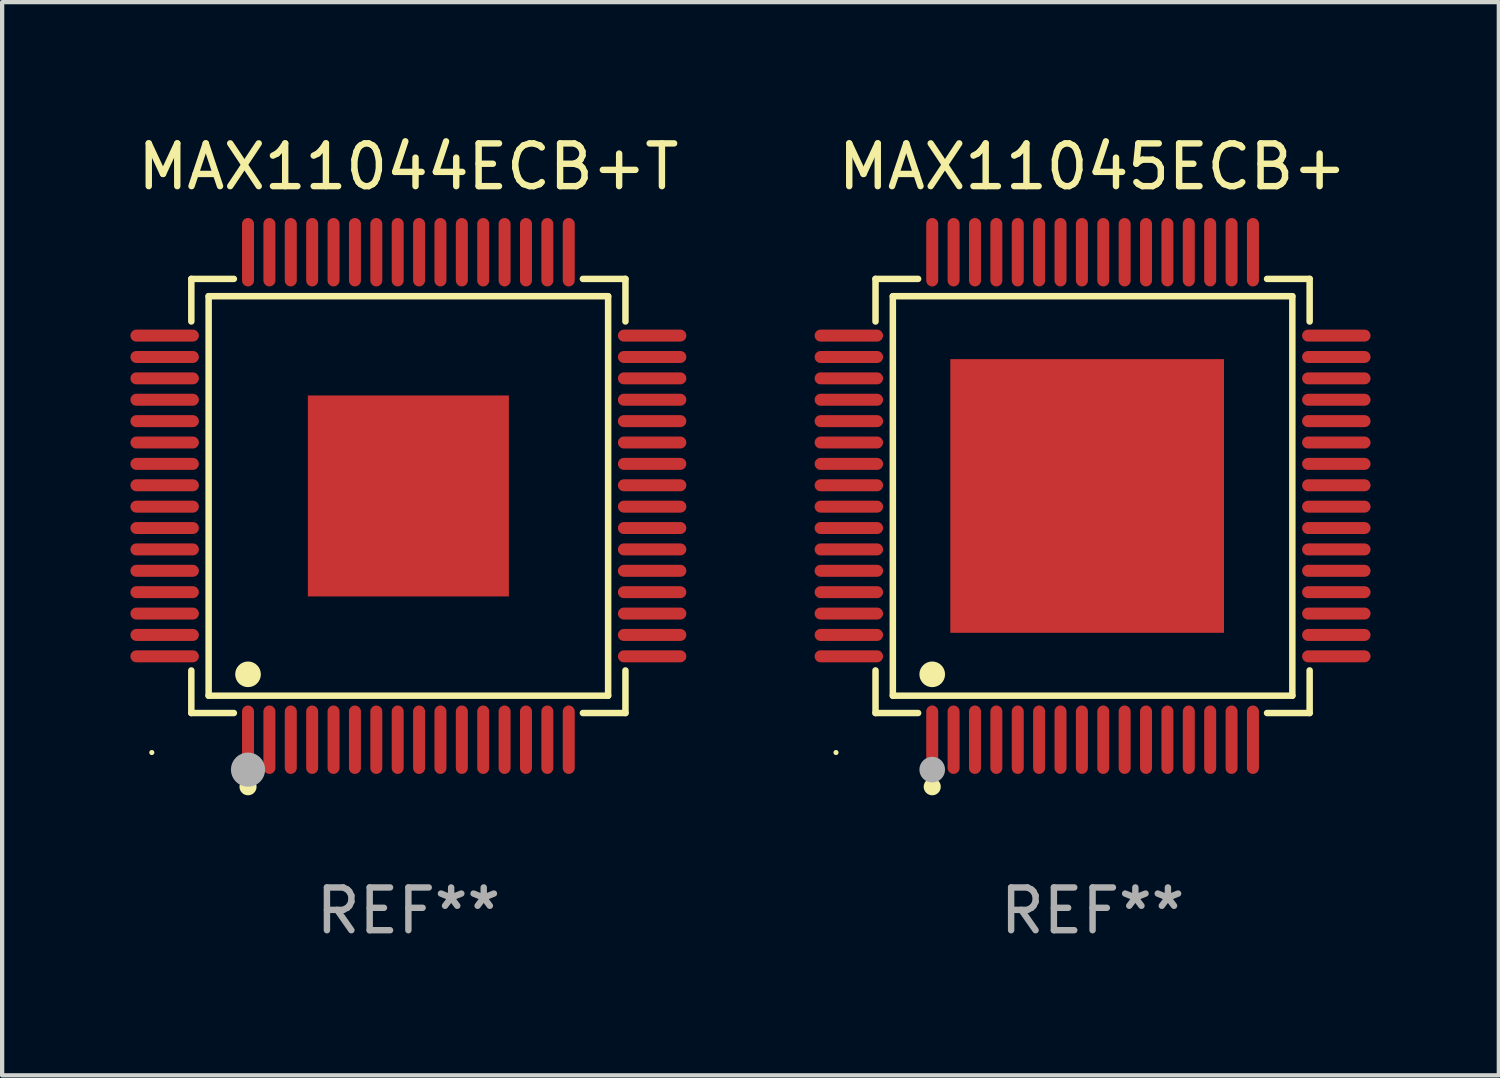
<source format=kicad_pcb>
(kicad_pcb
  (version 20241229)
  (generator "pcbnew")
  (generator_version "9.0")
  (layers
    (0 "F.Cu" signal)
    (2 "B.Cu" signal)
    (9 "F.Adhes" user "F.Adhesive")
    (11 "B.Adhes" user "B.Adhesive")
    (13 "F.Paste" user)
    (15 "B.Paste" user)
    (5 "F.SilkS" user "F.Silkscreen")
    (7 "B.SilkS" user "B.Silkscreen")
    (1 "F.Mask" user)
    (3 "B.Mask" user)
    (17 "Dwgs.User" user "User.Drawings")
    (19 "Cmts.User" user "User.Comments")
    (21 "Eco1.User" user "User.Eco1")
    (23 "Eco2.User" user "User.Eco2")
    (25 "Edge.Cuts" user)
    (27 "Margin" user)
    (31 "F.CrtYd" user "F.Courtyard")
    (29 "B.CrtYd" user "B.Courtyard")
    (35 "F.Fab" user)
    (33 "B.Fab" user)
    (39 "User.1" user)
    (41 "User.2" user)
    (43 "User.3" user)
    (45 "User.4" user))
  (footprint "MAX11045ECB+"
    (layer "F.Cu")
    (at 22.5 8.548)
    (property "Reference" "MAX11045ECB+" (at 0 -7.7 0) (layer "F.SilkS") (effects (font (size 1 1) (thickness 0.15))))
    (attr through_hole)
    (fp_line (start -5.076 -5.076) (end -4.08 -5.076) (stroke (width 0.152) (type solid)) (layer "F.SilkS"))
    (fp_line (start -5.076 -4.08) (end -5.076 -5.076) (stroke (width 0.152) (type solid)) (layer "F.SilkS"))
    (fp_line (start -5.076 4.08) (end -5.076 5.076) (stroke (width 0.152) (type solid)) (layer "F.SilkS"))
    (fp_line (start -5.076 5.076) (end -4.08 5.076) (stroke (width 0.152) (type solid)) (layer "F.SilkS"))
    (fp_line (start -4.671 -4.671) (end 4.671 -4.671) (stroke (width 0.152) (type solid)) (layer "F.SilkS"))
    (fp_line (start -4.671 4.671) (end -4.671 -4.671) (stroke (width 0.152) (type solid)) (layer "F.SilkS"))
    (fp_line (start 4.671 -4.671) (end 4.671 4.671) (stroke (width 0.152) (type solid)) (layer "F.SilkS"))
    (fp_line (start 4.671 4.671) (end -4.671 4.671) (stroke (width 0.152) (type solid)) (layer "F.SilkS"))
    (fp_line (start 5.076 -5.076) (end 4.08 -5.076) (stroke (width 0.152) (type solid)) (layer "F.SilkS"))
    (fp_line (start 5.076 -4.08) (end 5.076 -5.076) (stroke (width 0.152) (type solid)) (layer "F.SilkS"))
    (fp_line (start 5.076 4.08) (end 5.076 5.076) (stroke (width 0.152) (type solid)) (layer "F.SilkS"))
    (fp_line (start 5.076 5.076) (end 4.08 5.076) (stroke (width 0.152) (type solid)) (layer "F.SilkS"))
    (fp_circle (center -6 6) (end -5.97 6) (stroke (width 0.06) (type solid)) (fill no) (layer "F.SilkS"))
    (fp_circle (center -3.75 4.171) (end -3.6 4.171) (stroke (width 0.3) (type solid)) (fill no) (layer "F.SilkS"))
    (fp_circle (center -3.75 6.8) (end -3.65 6.8) (stroke (width 0.2) (type solid)) (fill no) (layer "F.SilkS"))
    (fp_circle (center -3.75 6.4) (end -3.6 6.4) (stroke (width 0.3) (type solid)) (fill no) (layer "F.Fab"))
    (fp_text user "REF**" (at 0 9.7 0) (layer "F.Fab") (effects (font (size 1 1) (thickness 0.15))))
    (pad "1" smd oval (at -3.75 5.7) (size 0.28 1.6) (layers "F.Cu" "F.Mask" "F.Paste"))
    (pad "2" smd oval (at -3.25 5.7) (size 0.28 1.6) (layers "F.Cu" "F.Mask" "F.Paste"))
    (pad "3" smd oval (at -2.75 5.7) (size 0.28 1.6) (layers "F.Cu" "F.Mask" "F.Paste"))
    (pad "4" smd oval (at -2.25 5.7) (size 0.28 1.6) (layers "F.Cu" "F.Mask" "F.Paste"))
    (pad "5" smd oval (at -1.75 5.7) (size 0.28 1.6) (layers "F.Cu" "F.Mask" "F.Paste"))
    (pad "6" smd oval (at -1.25 5.7) (size 0.28 1.6) (layers "F.Cu" "F.Mask" "F.Paste"))
    (pad "7" smd oval (at -0.75 5.7) (size 0.28 1.6) (layers "F.Cu" "F.Mask" "F.Paste"))
    (pad "8" smd oval (at -0.25 5.7) (size 0.28 1.6) (layers "F.Cu" "F.Mask" "F.Paste"))
    (pad "9" smd oval (at 0.25 5.7) (size 0.28 1.6) (layers "F.Cu" "F.Mask" "F.Paste"))
    (pad "10" smd oval (at 0.75 5.7) (size 0.28 1.6) (layers "F.Cu" "F.Mask" "F.Paste"))
    (pad "11" smd oval (at 1.25 5.7) (size 0.28 1.6) (layers "F.Cu" "F.Mask" "F.Paste"))
    (pad "12" smd oval (at 1.75 5.7) (size 0.28 1.6) (layers "F.Cu" "F.Mask" "F.Paste"))
    (pad "13" smd oval (at 2.25 5.7) (size 0.28 1.6) (layers "F.Cu" "F.Mask" "F.Paste"))
    (pad "14" smd oval (at 2.75 5.7) (size 0.28 1.6) (layers "F.Cu" "F.Mask" "F.Paste"))
    (pad "15" smd oval (at 3.25 5.7) (size 0.28 1.6) (layers "F.Cu" "F.Mask" "F.Paste"))
    (pad "16" smd oval (at 3.75 5.7) (size 0.28 1.6) (layers "F.Cu" "F.Mask" "F.Paste"))
    (pad "17" smd oval (at 5.7 3.75) (size 1.6 0.28) (layers "F.Cu" "F.Mask" "F.Paste"))
    (pad "18" smd oval (at 5.7 3.25) (size 1.6 0.28) (layers "F.Cu" "F.Mask" "F.Paste"))
    (pad "19" smd oval (at 5.7 2.75) (size 1.6 0.28) (layers "F.Cu" "F.Mask" "F.Paste"))
    (pad "20" smd oval (at 5.7 2.25) (size 1.6 0.28) (layers "F.Cu" "F.Mask" "F.Paste"))
    (pad "21" smd oval (at 5.7 1.75) (size 1.6 0.28) (layers "F.Cu" "F.Mask" "F.Paste"))
    (pad "22" smd oval (at 5.7 1.25) (size 1.6 0.28) (layers "F.Cu" "F.Mask" "F.Paste"))
    (pad "23" smd oval (at 5.7 0.75) (size 1.6 0.28) (layers "F.Cu" "F.Mask" "F.Paste"))
    (pad "24" smd oval (at 5.7 0.25) (size 1.6 0.28) (layers "F.Cu" "F.Mask" "F.Paste"))
    (pad "25" smd oval (at 5.7 -0.25) (size 1.6 0.28) (layers "F.Cu" "F.Mask" "F.Paste"))
    (pad "26" smd oval (at 5.7 -0.75) (size 1.6 0.28) (layers "F.Cu" "F.Mask" "F.Paste"))
    (pad "27" smd oval (at 5.7 -1.25) (size 1.6 0.28) (layers "F.Cu" "F.Mask" "F.Paste"))
    (pad "28" smd oval (at 5.7 -1.75) (size 1.6 0.28) (layers "F.Cu" "F.Mask" "F.Paste"))
    (pad "29" smd oval (at 5.7 -2.25) (size 1.6 0.28) (layers "F.Cu" "F.Mask" "F.Paste"))
    (pad "30" smd oval (at 5.7 -2.75) (size 1.6 0.28) (layers "F.Cu" "F.Mask" "F.Paste"))
    (pad "31" smd oval (at 5.7 -3.25) (size 1.6 0.28) (layers "F.Cu" "F.Mask" "F.Paste"))
    (pad "32" smd oval (at 5.7 -3.75) (size 1.6 0.28) (layers "F.Cu" "F.Mask" "F.Paste"))
    (pad "33" smd oval (at 3.75 -5.7) (size 0.28 1.6) (layers "F.Cu" "F.Mask" "F.Paste"))
    (pad "34" smd oval (at 3.25 -5.7) (size 0.28 1.6) (layers "F.Cu" "F.Mask" "F.Paste"))
    (pad "35" smd oval (at 2.75 -5.7) (size 0.28 1.6) (layers "F.Cu" "F.Mask" "F.Paste"))
    (pad "36" smd oval (at 2.25 -5.7) (size 0.28 1.6) (layers "F.Cu" "F.Mask" "F.Paste"))
    (pad "37" smd oval (at 1.75 -5.7) (size 0.28 1.6) (layers "F.Cu" "F.Mask" "F.Paste"))
    (pad "38" smd oval (at 1.25 -5.7) (size 0.28 1.6) (layers "F.Cu" "F.Mask" "F.Paste"))
    (pad "39" smd oval (at 0.75 -5.7) (size 0.28 1.6) (layers "F.Cu" "F.Mask" "F.Paste"))
    (pad "40" smd oval (at 0.25 -5.7) (size 0.28 1.6) (layers "F.Cu" "F.Mask" "F.Paste"))
    (pad "41" smd oval (at -0.25 -5.7) (size 0.28 1.6) (layers "F.Cu" "F.Mask" "F.Paste"))
    (pad "42" smd oval (at -0.75 -5.7) (size 0.28 1.6) (layers "F.Cu" "F.Mask" "F.Paste"))
    (pad "43" smd oval (at -1.25 -5.7) (size 0.28 1.6) (layers "F.Cu" "F.Mask" "F.Paste"))
    (pad "44" smd oval (at -1.75 -5.7) (size 0.28 1.6) (layers "F.Cu" "F.Mask" "F.Paste"))
    (pad "45" smd oval (at -2.25 -5.7) (size 0.28 1.6) (layers "F.Cu" "F.Mask" "F.Paste"))
    (pad "46" smd oval (at -2.75 -5.7) (size 0.28 1.6) (layers "F.Cu" "F.Mask" "F.Paste"))
    (pad "47" smd oval (at -3.25 -5.7) (size 0.28 1.6) (layers "F.Cu" "F.Mask" "F.Paste"))
    (pad "48" smd oval (at -3.75 -5.7) (size 0.28 1.6) (layers "F.Cu" "F.Mask" "F.Paste"))
    (pad "49" smd oval (at -5.7 -3.75) (size 1.6 0.28) (layers "F.Cu" "F.Mask" "F.Paste"))
    (pad "50" smd oval (at -5.7 -3.25) (size 1.6 0.28) (layers "F.Cu" "F.Mask" "F.Paste"))
    (pad "51" smd oval (at -5.7 -2.75) (size 1.6 0.28) (layers "F.Cu" "F.Mask" "F.Paste"))
    (pad "52" smd oval (at -5.7 -2.25) (size 1.6 0.28) (layers "F.Cu" "F.Mask" "F.Paste"))
    (pad "53" smd oval (at -5.7 -1.75) (size 1.6 0.28) (layers "F.Cu" "F.Mask" "F.Paste"))
    (pad "54" smd oval (at -5.7 -1.25) (size 1.6 0.28) (layers "F.Cu" "F.Mask" "F.Paste"))
    (pad "55" smd oval (at -5.7 -0.75) (size 1.6 0.28) (layers "F.Cu" "F.Mask" "F.Paste"))
    (pad "56" smd oval (at -5.7 -0.25) (size 1.6 0.28) (layers "F.Cu" "F.Mask" "F.Paste"))
    (pad "57" smd oval (at -5.7 0.25) (size 1.6 0.28) (layers "F.Cu" "F.Mask" "F.Paste"))
    (pad "58" smd oval (at -5.7 0.75) (size 1.6 0.28) (layers "F.Cu" "F.Mask" "F.Paste"))
    (pad "59" smd oval (at -5.7 1.25) (size 1.6 0.28) (layers "F.Cu" "F.Mask" "F.Paste"))
    (pad "60" smd oval (at -5.7 1.75) (size 1.6 0.28) (layers "F.Cu" "F.Mask" "F.Paste"))
    (pad "61" smd oval (at -5.7 2.25) (size 1.6 0.28) (layers "F.Cu" "F.Mask" "F.Paste"))
    (pad "62" smd oval (at -5.7 2.75) (size 1.6 0.28) (layers "F.Cu" "F.Mask" "F.Paste"))
    (pad "63" smd oval (at -5.7 3.25) (size 1.6 0.28) (layers "F.Cu" "F.Mask" "F.Paste"))
    (pad "64" smd oval (at -5.7 3.75) (size 1.6 0.28) (layers "F.Cu" "F.Mask" "F.Paste"))
    (pad "65" smd rect (at -0.127 0) (size 6.4 6.4) (layers "F.Cu" "F.Mask" "F.Paste")))
  (footprint "MAX11044ECB+T"
    (layer "F.Cu")
    (at 6.5 8.548)
    (property "Reference" "MAX11044ECB+T" (at 0 -7.7 0) (layer "F.SilkS") (effects (font (size 1 1) (thickness 0.15))))
    (attr through_hole)
    (fp_line (start -5.076 -5.076) (end -4.081 -5.076) (stroke (width 0.152) (type solid)) (layer "F.SilkS"))
    (fp_line (start -5.076 -4.081) (end -5.076 -5.076) (stroke (width 0.152) (type solid)) (layer "F.SilkS"))
    (fp_line (start -5.076 4.081) (end -5.076 5.076) (stroke (width 0.152) (type solid)) (layer "F.SilkS"))
    (fp_line (start -5.076 5.076) (end -4.081 5.076) (stroke (width 0.152) (type solid)) (layer "F.SilkS"))
    (fp_line (start -4.671 -4.671) (end 4.671 -4.671) (stroke (width 0.152) (type solid)) (layer "F.SilkS"))
    (fp_line (start -4.671 4.671) (end -4.671 -4.671) (stroke (width 0.152) (type solid)) (layer "F.SilkS"))
    (fp_line (start 4.671 -4.671) (end 4.671 4.671) (stroke (width 0.152) (type solid)) (layer "F.SilkS"))
    (fp_line (start 4.671 4.671) (end -4.671 4.671) (stroke (width 0.152) (type solid)) (layer "F.SilkS"))
    (fp_line (start 5.076 -5.076) (end 4.081 -5.076) (stroke (width 0.152) (type solid)) (layer "F.SilkS"))
    (fp_line (start 5.076 -4.081) (end 5.076 -5.076) (stroke (width 0.152) (type solid)) (layer "F.SilkS"))
    (fp_line (start 5.076 4.081) (end 5.076 5.076) (stroke (width 0.152) (type solid)) (layer "F.SilkS"))
    (fp_line (start 5.076 5.076) (end 4.081 5.076) (stroke (width 0.152) (type solid)) (layer "F.SilkS"))
    (fp_circle (center -6 6) (end -5.97 6) (stroke (width 0.06) (type solid)) (fill no) (layer "F.SilkS"))
    (fp_circle (center -3.75 4.171) (end -3.6 4.171) (stroke (width 0.3) (type solid)) (fill no) (layer "F.SilkS"))
    (fp_circle (center -3.75 6.8) (end -3.65 6.8) (stroke (width 0.2) (type solid)) (fill no) (layer "F.SilkS"))
    (fp_circle (center -3.75 6.4) (end -3.55 6.4) (stroke (width 0.4) (type solid)) (fill no) (layer "F.Fab"))
    (fp_text user "REF**" (at 0 9.7 0) (layer "F.Fab") (effects (font (size 1 1) (thickness 0.15))))
    (pad "1" smd oval (at -3.75 5.7) (size 0.28 1.6) (layers "F.Cu" "F.Mask" "F.Paste"))
    (pad "2" smd oval (at -3.25 5.7) (size 0.28 1.6) (layers "F.Cu" "F.Mask" "F.Paste"))
    (pad "3" smd oval (at -2.75 5.7) (size 0.28 1.6) (layers "F.Cu" "F.Mask" "F.Paste"))
    (pad "4" smd oval (at -2.25 5.7) (size 0.28 1.6) (layers "F.Cu" "F.Mask" "F.Paste"))
    (pad "5" smd oval (at -1.75 5.7) (size 0.28 1.6) (layers "F.Cu" "F.Mask" "F.Paste"))
    (pad "6" smd oval (at -1.25 5.7) (size 0.28 1.6) (layers "F.Cu" "F.Mask" "F.Paste"))
    (pad "7" smd oval (at -0.75 5.7) (size 0.28 1.6) (layers "F.Cu" "F.Mask" "F.Paste"))
    (pad "8" smd oval (at -0.25 5.7) (size 0.28 1.6) (layers "F.Cu" "F.Mask" "F.Paste"))
    (pad "9" smd oval (at 0.25 5.7) (size 0.28 1.6) (layers "F.Cu" "F.Mask" "F.Paste"))
    (pad "10" smd oval (at 0.75 5.7) (size 0.28 1.6) (layers "F.Cu" "F.Mask" "F.Paste"))
    (pad "11" smd oval (at 1.25 5.7) (size 0.28 1.6) (layers "F.Cu" "F.Mask" "F.Paste"))
    (pad "12" smd oval (at 1.75 5.7) (size 0.28 1.6) (layers "F.Cu" "F.Mask" "F.Paste"))
    (pad "13" smd oval (at 2.25 5.7) (size 0.28 1.6) (layers "F.Cu" "F.Mask" "F.Paste"))
    (pad "14" smd oval (at 2.75 5.7) (size 0.28 1.6) (layers "F.Cu" "F.Mask" "F.Paste"))
    (pad "15" smd oval (at 3.25 5.7) (size 0.28 1.6) (layers "F.Cu" "F.Mask" "F.Paste"))
    (pad "16" smd oval (at 3.75 5.7) (size 0.28 1.6) (layers "F.Cu" "F.Mask" "F.Paste"))
    (pad "17" smd oval (at 5.7 3.75) (size 1.6 0.28) (layers "F.Cu" "F.Mask" "F.Paste"))
    (pad "18" smd oval (at 5.7 3.25) (size 1.6 0.28) (layers "F.Cu" "F.Mask" "F.Paste"))
    (pad "19" smd oval (at 5.7 2.75) (size 1.6 0.28) (layers "F.Cu" "F.Mask" "F.Paste"))
    (pad "20" smd oval (at 5.7 2.25) (size 1.6 0.28) (layers "F.Cu" "F.Mask" "F.Paste"))
    (pad "21" smd oval (at 5.7 1.75) (size 1.6 0.28) (layers "F.Cu" "F.Mask" "F.Paste"))
    (pad "22" smd oval (at 5.7 1.25) (size 1.6 0.28) (layers "F.Cu" "F.Mask" "F.Paste"))
    (pad "23" smd oval (at 5.7 0.75) (size 1.6 0.28) (layers "F.Cu" "F.Mask" "F.Paste"))
    (pad "24" smd oval (at 5.7 0.25) (size 1.6 0.28) (layers "F.Cu" "F.Mask" "F.Paste"))
    (pad "25" smd oval (at 5.7 -0.25) (size 1.6 0.28) (layers "F.Cu" "F.Mask" "F.Paste"))
    (pad "26" smd oval (at 5.7 -0.75) (size 1.6 0.28) (layers "F.Cu" "F.Mask" "F.Paste"))
    (pad "27" smd oval (at 5.7 -1.25) (size 1.6 0.28) (layers "F.Cu" "F.Mask" "F.Paste"))
    (pad "28" smd oval (at 5.7 -1.75) (size 1.6 0.28) (layers "F.Cu" "F.Mask" "F.Paste"))
    (pad "29" smd oval (at 5.7 -2.25) (size 1.6 0.28) (layers "F.Cu" "F.Mask" "F.Paste"))
    (pad "30" smd oval (at 5.7 -2.75) (size 1.6 0.28) (layers "F.Cu" "F.Mask" "F.Paste"))
    (pad "31" smd oval (at 5.7 -3.25) (size 1.6 0.28) (layers "F.Cu" "F.Mask" "F.Paste"))
    (pad "32" smd oval (at 5.7 -3.75) (size 1.6 0.28) (layers "F.Cu" "F.Mask" "F.Paste"))
    (pad "33" smd oval (at 3.75 -5.7) (size 0.28 1.6) (layers "F.Cu" "F.Mask" "F.Paste"))
    (pad "34" smd oval (at 3.25 -5.7) (size 0.28 1.6) (layers "F.Cu" "F.Mask" "F.Paste"))
    (pad "35" smd oval (at 2.75 -5.7) (size 0.28 1.6) (layers "F.Cu" "F.Mask" "F.Paste"))
    (pad "36" smd oval (at 2.25 -5.7) (size 0.28 1.6) (layers "F.Cu" "F.Mask" "F.Paste"))
    (pad "37" smd oval (at 1.75 -5.7) (size 0.28 1.6) (layers "F.Cu" "F.Mask" "F.Paste"))
    (pad "38" smd oval (at 1.25 -5.7) (size 0.28 1.6) (layers "F.Cu" "F.Mask" "F.Paste"))
    (pad "39" smd oval (at 0.75 -5.7) (size 0.28 1.6) (layers "F.Cu" "F.Mask" "F.Paste"))
    (pad "40" smd oval (at 0.25 -5.7) (size 0.28 1.6) (layers "F.Cu" "F.Mask" "F.Paste"))
    (pad "41" smd oval (at -0.25 -5.7) (size 0.28 1.6) (layers "F.Cu" "F.Mask" "F.Paste"))
    (pad "42" smd oval (at -0.75 -5.7) (size 0.28 1.6) (layers "F.Cu" "F.Mask" "F.Paste"))
    (pad "43" smd oval (at -1.25 -5.7) (size 0.28 1.6) (layers "F.Cu" "F.Mask" "F.Paste"))
    (pad "44" smd oval (at -1.75 -5.7) (size 0.28 1.6) (layers "F.Cu" "F.Mask" "F.Paste"))
    (pad "45" smd oval (at -2.25 -5.7) (size 0.28 1.6) (layers "F.Cu" "F.Mask" "F.Paste"))
    (pad "46" smd oval (at -2.75 -5.7) (size 0.28 1.6) (layers "F.Cu" "F.Mask" "F.Paste"))
    (pad "47" smd oval (at -3.25 -5.7) (size 0.28 1.6) (layers "F.Cu" "F.Mask" "F.Paste"))
    (pad "48" smd oval (at -3.75 -5.7) (size 0.28 1.6) (layers "F.Cu" "F.Mask" "F.Paste"))
    (pad "49" smd oval (at -5.7 -3.75) (size 1.6 0.28) (layers "F.Cu" "F.Mask" "F.Paste"))
    (pad "50" smd oval (at -5.7 -3.25) (size 1.6 0.28) (layers "F.Cu" "F.Mask" "F.Paste"))
    (pad "51" smd oval (at -5.7 -2.75) (size 1.6 0.28) (layers "F.Cu" "F.Mask" "F.Paste"))
    (pad "52" smd oval (at -5.7 -2.25) (size 1.6 0.28) (layers "F.Cu" "F.Mask" "F.Paste"))
    (pad "53" smd oval (at -5.7 -1.75) (size 1.6 0.28) (layers "F.Cu" "F.Mask" "F.Paste"))
    (pad "54" smd oval (at -5.7 -1.25) (size 1.6 0.28) (layers "F.Cu" "F.Mask" "F.Paste"))
    (pad "55" smd oval (at -5.7 -0.75) (size 1.6 0.28) (layers "F.Cu" "F.Mask" "F.Paste"))
    (pad "56" smd oval (at -5.7 -0.25) (size 1.6 0.28) (layers "F.Cu" "F.Mask" "F.Paste"))
    (pad "57" smd oval (at -5.7 0.25) (size 1.6 0.28) (layers "F.Cu" "F.Mask" "F.Paste"))
    (pad "58" smd oval (at -5.7 0.75) (size 1.6 0.28) (layers "F.Cu" "F.Mask" "F.Paste"))
    (pad "59" smd oval (at -5.7 1.25) (size 1.6 0.28) (layers "F.Cu" "F.Mask" "F.Paste"))
    (pad "60" smd oval (at -5.7 1.75) (size 1.6 0.28) (layers "F.Cu" "F.Mask" "F.Paste"))
    (pad "61" smd oval (at -5.7 2.25) (size 1.6 0.28) (layers "F.Cu" "F.Mask" "F.Paste"))
    (pad "62" smd oval (at -5.7 2.75) (size 1.6 0.28) (layers "F.Cu" "F.Mask" "F.Paste"))
    (pad "63" smd oval (at -5.7 3.25) (size 1.6 0.28) (layers "F.Cu" "F.Mask" "F.Paste"))
    (pad "64" smd oval (at -5.7 3.75) (size 1.6 0.28) (layers "F.Cu" "F.Mask" "F.Paste"))
    (pad "65" smd rect (at 0 0) (size 4.7 4.7) (layers "F.Cu" "F.Mask" "F.Paste")))
  (gr_rect
    (start -3 -3)
    (end 32 22.097)
    (stroke (width 0.1) (type default))
    (fill no)
    (layer "Edge.Cuts")))
</source>
